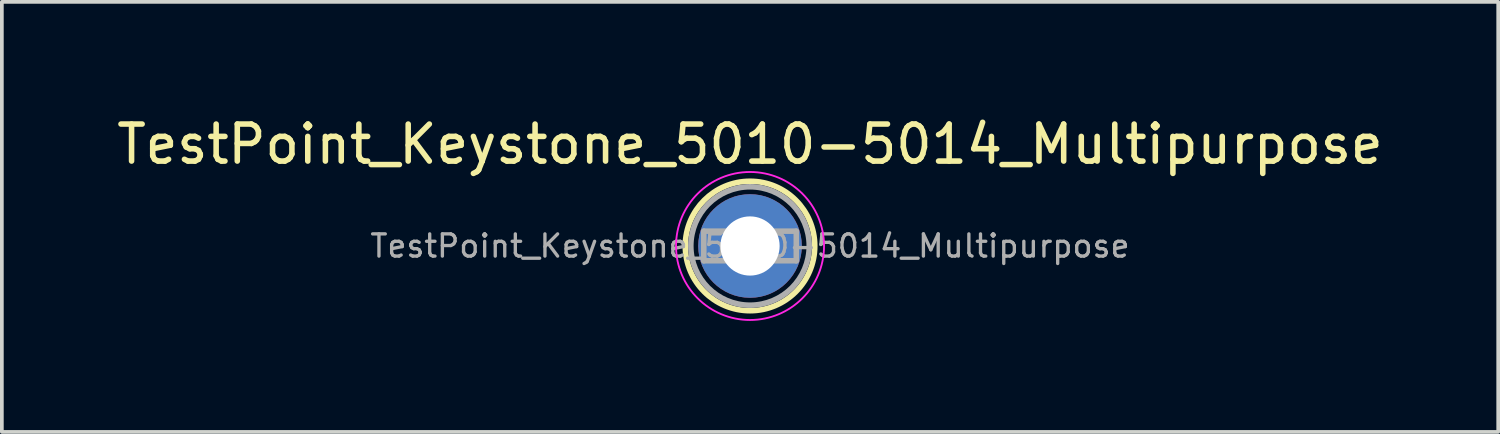
<source format=kicad_pcb>
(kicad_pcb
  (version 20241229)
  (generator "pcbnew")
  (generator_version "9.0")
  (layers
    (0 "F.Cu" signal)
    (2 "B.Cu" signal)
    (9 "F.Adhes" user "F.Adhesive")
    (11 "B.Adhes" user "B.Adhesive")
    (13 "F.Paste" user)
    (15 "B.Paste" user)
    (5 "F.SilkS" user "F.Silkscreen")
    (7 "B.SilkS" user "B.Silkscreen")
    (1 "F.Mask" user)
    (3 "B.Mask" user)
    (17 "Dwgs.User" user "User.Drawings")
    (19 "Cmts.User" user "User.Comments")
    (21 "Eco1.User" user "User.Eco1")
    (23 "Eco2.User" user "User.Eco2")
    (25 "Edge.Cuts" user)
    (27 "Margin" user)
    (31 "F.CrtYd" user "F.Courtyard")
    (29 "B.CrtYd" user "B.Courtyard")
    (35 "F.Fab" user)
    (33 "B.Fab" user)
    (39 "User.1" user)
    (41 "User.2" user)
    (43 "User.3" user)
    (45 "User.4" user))
  (footprint "TestPoint_Keystone_5010-5014_Multipurpose"
    (layer "F.Cu")
    (at 17.22 3.598)
    (property "Reference" "TestPoint_Keystone_5010-5014_Multipurpose" (at 0 -2.75 0) (layer "F.SilkS") (effects (font (size 1 1) (thickness 0.15))))
    (attr through_hole)
    (fp_circle (center 0 0) (end 1.75 0) (stroke (width 0.15) (type solid)) (fill no) (layer "F.SilkS"))
    (fp_circle (center 0 0) (end 2 0) (stroke (width 0.05) (type solid)) (fill no) (layer "F.CrtYd"))
    (fp_line (start -1.25 -0.4) (end 1.25 -0.4) (stroke (width 0.15) (type solid)) (layer "F.Fab"))
    (fp_line (start -1.25 0.4) (end -1.25 -0.4) (stroke (width 0.15) (type solid)) (layer "F.Fab"))
    (fp_line (start 1.25 -0.4) (end 1.25 0.4) (stroke (width 0.15) (type solid)) (layer "F.Fab"))
    (fp_line (start 1.25 0.4) (end -1.25 0.4) (stroke (width 0.15) (type solid)) (layer "F.Fab"))
    (fp_circle (center 0 0) (end 1.6 0) (stroke (width 0.15) (type solid)) (fill no) (layer "F.Fab"))
    (fp_text user "${REFERENCE}" (at 0 0 0) (layer "F.Fab") (effects (font (size 0.6 0.6) (thickness 0.09))))
    (pad "1" thru_hole circle (at 0 0) (size 2.8 2.8) (drill 1.6) (layers "*.Cu" "*.Mask")))
  (gr_rect
    (start -3 -3)
    (end 37.44 8.623)
    (stroke (width 0.1) (type default))
    (fill no)
    (layer "Edge.Cuts")))
</source>
